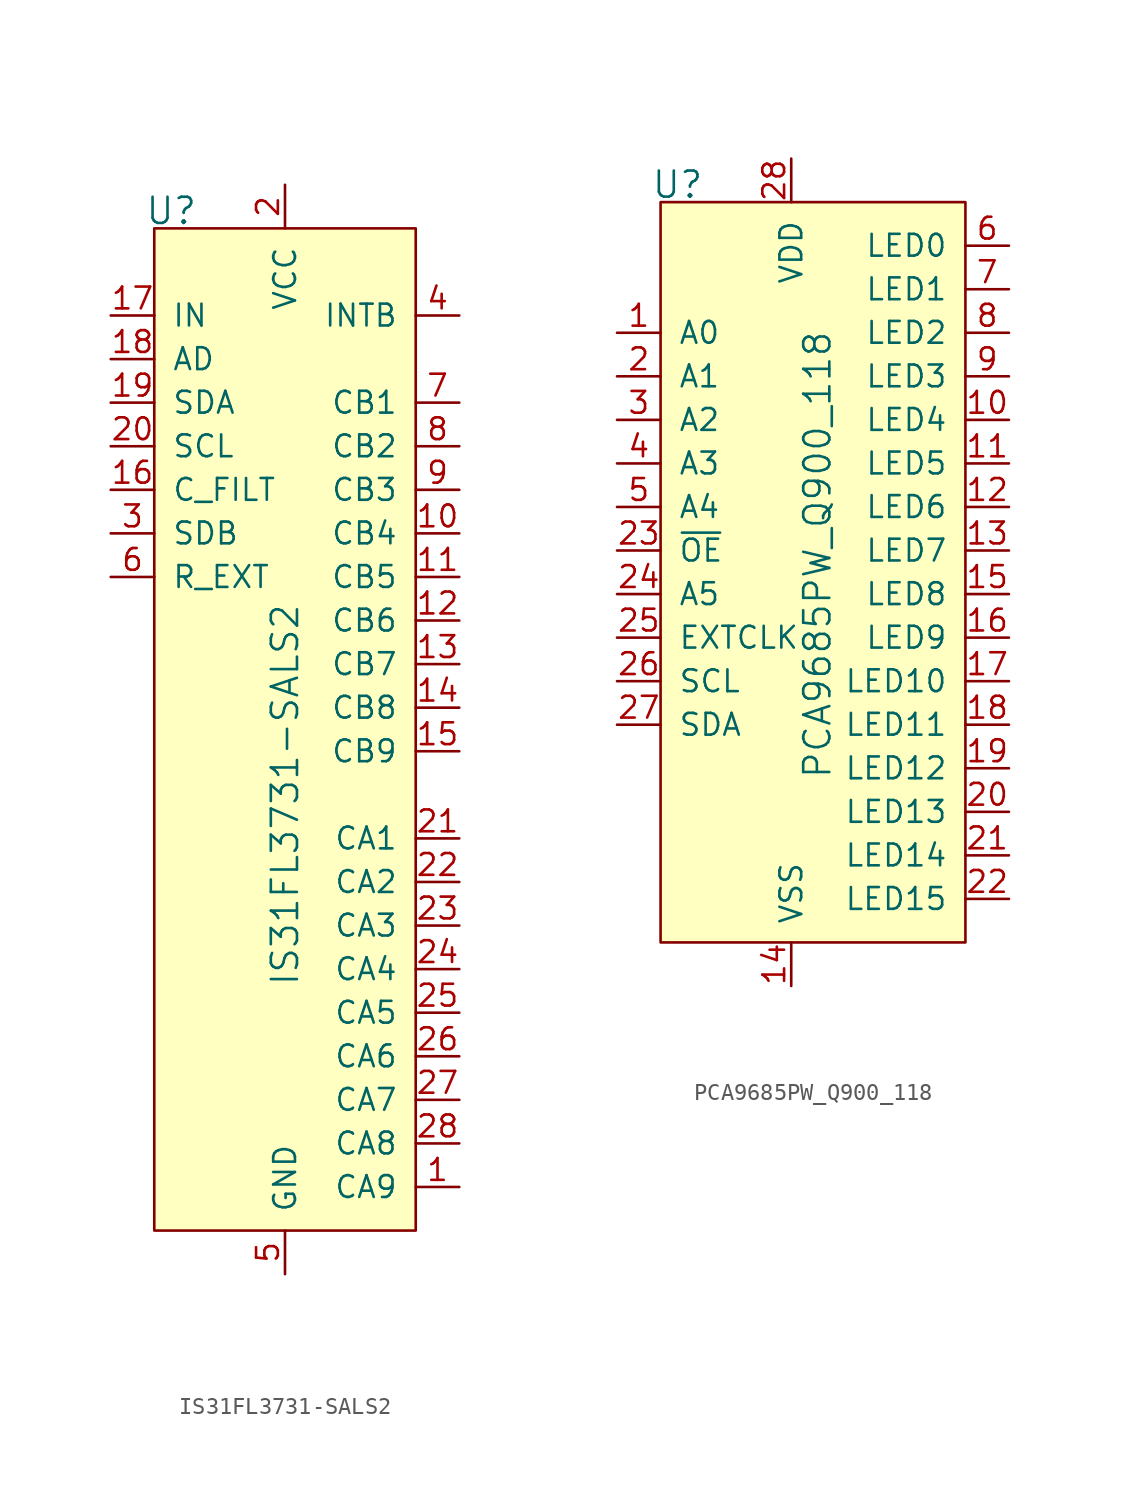
<source format=kicad_sym>
(kicad_symbol_lib
  (version 20220914)
  (generator kicad_symbol_editor)
  (symbol "IS31FL3731-SALS2"
    (pin_names
      (offset 1.016))
    (property "Reference" "U"
      (at -5.08 21.336 0)
      (effects (font (size 1.524 1.524)) (justify right)))
    (property "Value" "IS31FL3731-SALS2"
      (at 0 -12.7 90)
      (effects (font (size 1.524 1.524))))
    (symbol "IS31FL3731-SALS2_0_1"
      (rectangle (start -7.62 20.32) (end 7.62 -38.1) (stroke (width 0) (type solid)) (fill (type background))))
    (symbol "IS31FL3731-SALS2_1_1"
      (pin passive line (at 10.16 -35.56 180) (length 2.54) (name "CA9" (effects (font (size 1.27 1.27)))) (number "1" (effects (font (size 1.27 1.27)))))
      (pin passive line (at 10.16 2.54 180) (length 2.54) (name "CB4" (effects (font (size 1.27 1.27)))) (number "10" (effects (font (size 1.27 1.27)))))
      (pin passive line (at 10.16 0 180) (length 2.54) (name "CB5" (effects (font (size 1.27 1.27)))) (number "11" (effects (font (size 1.27 1.27)))))
      (pin passive line (at 10.16 -2.54 180) (length 2.54) (name "CB6" (effects (font (size 1.27 1.27)))) (number "12" (effects (font (size 1.27 1.27)))))
      (pin passive line (at 10.16 -5.08 180) (length 2.54) (name "CB7" (effects (font (size 1.27 1.27)))) (number "13" (effects (font (size 1.27 1.27)))))
      (pin passive line (at 10.16 -7.62 180) (length 2.54) (name "CB8" (effects (font (size 1.27 1.27)))) (number "14" (effects (font (size 1.27 1.27)))))
      (pin passive line (at 10.16 -10.16 180) (length 2.54) (name "CB9" (effects (font (size 1.27 1.27)))) (number "15" (effects (font (size 1.27 1.27)))))
      (pin passive line (at -10.16 5.08 0) (length 2.54) (name "C_FILT" (effects (font (size 1.27 1.27)))) (number "16" (effects (font (size 1.27 1.27)))))
      (pin input line (at -10.16 15.24 0) (length 2.54) (name "IN" (effects (font (size 1.27 1.27)))) (number "17" (effects (font (size 1.27 1.27)))))
      (pin input line (at -10.16 12.7 0) (length 2.54) (name "AD" (effects (font (size 1.27 1.27)))) (number "18" (effects (font (size 1.27 1.27)))))
      (pin bidirectional line (at -10.16 10.16 0) (length 2.54) (name "SDA" (effects (font (size 1.27 1.27)))) (number "19" (effects (font (size 1.27 1.27)))))
      (pin power_in line (at 0 22.86 270) (length 2.54) (name "VCC" (effects (font (size 1.27 1.27)))) (number "2" (effects (font (size 1.27 1.27)))))
      (pin input line (at -10.16 7.62 0) (length 2.54) (name "SCL" (effects (font (size 1.27 1.27)))) (number "20" (effects (font (size 1.27 1.27)))))
      (pin passive line (at 10.16 -15.24 180) (length 2.54) (name "CA1" (effects (font (size 1.27 1.27)))) (number "21" (effects (font (size 1.27 1.27)))))
      (pin passive line (at 10.16 -17.78 180) (length 2.54) (name "CA2" (effects (font (size 1.27 1.27)))) (number "22" (effects (font (size 1.27 1.27)))))
      (pin passive line (at 10.16 -20.32 180) (length 2.54) (name "CA3" (effects (font (size 1.27 1.27)))) (number "23" (effects (font (size 1.27 1.27)))))
      (pin passive line (at 10.16 -22.86 180) (length 2.54) (name "CA4" (effects (font (size 1.27 1.27)))) (number "24" (effects (font (size 1.27 1.27)))))
      (pin passive line (at 10.16 -25.4 180) (length 2.54) (name "CA5" (effects (font (size 1.27 1.27)))) (number "25" (effects (font (size 1.27 1.27)))))
      (pin passive line (at 10.16 -27.94 180) (length 2.54) (name "CA6" (effects (font (size 1.27 1.27)))) (number "26" (effects (font (size 1.27 1.27)))))
      (pin passive line (at 10.16 -30.48 180) (length 2.54) (name "CA7" (effects (font (size 1.27 1.27)))) (number "27" (effects (font (size 1.27 1.27)))))
      (pin passive line (at 10.16 -33.02 180) (length 2.54) (name "CA8" (effects (font (size 1.27 1.27)))) (number "28" (effects (font (size 1.27 1.27)))))
      (pin input line (at -10.16 2.54 0) (length 2.54) (name "SDB" (effects (font (size 1.27 1.27)))) (number "3" (effects (font (size 1.27 1.27)))))
      (pin input line (at 10.16 15.24 180) (length 2.54) (name "INTB" (effects (font (size 1.27 1.27)))) (number "4" (effects (font (size 1.27 1.27)))))
      (pin power_in line (at 0 -40.64 90) (length 2.54) (name "GND" (effects (font (size 1.27 1.27)))) (number "5" (effects (font (size 1.27 1.27)))))
      (pin passive line (at -10.16 0 0) (length 2.54) (name "R_EXT" (effects (font (size 1.27 1.27)))) (number "6" (effects (font (size 1.27 1.27)))))
      (pin passive line (at 10.16 10.16 180) (length 2.54) (name "CB1" (effects (font (size 1.27 1.27)))) (number "7" (effects (font (size 1.27 1.27)))))
      (pin passive line (at 10.16 7.62 180) (length 2.54) (name "CB2" (effects (font (size 1.27 1.27)))) (number "8" (effects (font (size 1.27 1.27)))))
      (pin passive line (at 10.16 5.08 180) (length 2.54) (name "CB3" (effects (font (size 1.27 1.27)))) (number "9" (effects (font (size 1.27 1.27)))))))
  (symbol "PCA9685PW_Q900_118"
    (pin_names
      (offset 1.016))
    (property "Reference" "U"
      (at -7.62 21.336 0)
      (effects (font (size 1.524 1.524)) (justify right)))
    (property "Value" "PCA9685PW_Q900_118"
      (at -1.016 -0.254 90)
      (effects (font (size 1.524 1.524))))
    (symbol "PCA9685PW_Q900_118_0_1"
      (rectangle (start -10.16 20.32) (end 7.62 -22.86) (stroke (width 0) (type solid)) (fill (type background))))
    (symbol "PCA9685PW_Q900_118_1_1"
      (pin input line (at -12.7 12.7 0) (length 2.54) (name "A0" (effects (font (size 1.27 1.27)))) (number "1" (effects (font (size 1.27 1.27)))))
      (pin power_out line (at 10.16 7.62 180) (length 2.54) (name "LED4" (effects (font (size 1.27 1.27)))) (number "10" (effects (font (size 1.27 1.27)))))
      (pin power_out line (at 10.16 5.08 180) (length 2.54) (name "LED5" (effects (font (size 1.27 1.27)))) (number "11" (effects (font (size 1.27 1.27)))))
      (pin power_out line (at 10.16 2.54 180) (length 2.54) (name "LED6" (effects (font (size 1.27 1.27)))) (number "12" (effects (font (size 1.27 1.27)))))
      (pin power_out line (at 10.16 0 180) (length 2.54) (name "LED7" (effects (font (size 1.27 1.27)))) (number "13" (effects (font (size 1.27 1.27)))))
      (pin power_in line (at -2.54 -25.4 90) (length 2.54) (name "VSS" (effects (font (size 1.27 1.27)))) (number "14" (effects (font (size 1.27 1.27)))))
      (pin power_out line (at 10.16 -2.54 180) (length 2.54) (name "LED8" (effects (font (size 1.27 1.27)))) (number "15" (effects (font (size 1.27 1.27)))))
      (pin power_out line (at 10.16 -5.08 180) (length 2.54) (name "LED9" (effects (font (size 1.27 1.27)))) (number "16" (effects (font (size 1.27 1.27)))))
      (pin power_out line (at 10.16 -7.62 180) (length 2.54) (name "LED10" (effects (font (size 1.27 1.27)))) (number "17" (effects (font (size 1.27 1.27)))))
      (pin power_out line (at 10.16 -10.16 180) (length 2.54) (name "LED11" (effects (font (size 1.27 1.27)))) (number "18" (effects (font (size 1.27 1.27)))))
      (pin power_out line (at 10.16 -12.7 180) (length 2.54) (name "LED12" (effects (font (size 1.27 1.27)))) (number "19" (effects (font (size 1.27 1.27)))))
      (pin input line (at -12.7 10.16 0) (length 2.54) (name "A1" (effects (font (size 1.27 1.27)))) (number "2" (effects (font (size 1.27 1.27)))))
      (pin power_out line (at 10.16 -15.24 180) (length 2.54) (name "LED13" (effects (font (size 1.27 1.27)))) (number "20" (effects (font (size 1.27 1.27)))))
      (pin power_out line (at 10.16 -17.78 180) (length 2.54) (name "LED14" (effects (font (size 1.27 1.27)))) (number "21" (effects (font (size 1.27 1.27)))))
      (pin power_out line (at 10.16 -20.32 180) (length 2.54) (name "LED15" (effects (font (size 1.27 1.27)))) (number "22" (effects (font (size 1.27 1.27)))))
      (pin input line (at -12.7 0 0) (length 2.54) (name "~{OE}" (effects (font (size 1.27 1.27)))) (number "23" (effects (font (size 1.27 1.27)))))
      (pin input line (at -12.7 -2.54 0) (length 2.54) (name "A5" (effects (font (size 1.27 1.27)))) (number "24" (effects (font (size 1.27 1.27)))))
      (pin input line (at -12.7 -5.08 0) (length 2.54) (name "EXTCLK" (effects (font (size 1.27 1.27)))) (number "25" (effects (font (size 1.27 1.27)))))
      (pin input line (at -12.7 -7.62 0) (length 2.54) (name "SCL" (effects (font (size 1.27 1.27)))) (number "26" (effects (font (size 1.27 1.27)))))
      (pin bidirectional line (at -12.7 -10.16 0) (length 2.54) (name "SDA" (effects (font (size 1.27 1.27)))) (number "27" (effects (font (size 1.27 1.27)))))
      (pin power_in line (at -2.54 22.86 270) (length 2.54) (name "VDD" (effects (font (size 1.27 1.27)))) (number "28" (effects (font (size 1.27 1.27)))))
      (pin input line (at -12.7 7.62 0) (length 2.54) (name "A2" (effects (font (size 1.27 1.27)))) (number "3" (effects (font (size 1.27 1.27)))))
      (pin input line (at -12.7 5.08 0) (length 2.54) (name "A3" (effects (font (size 1.27 1.27)))) (number "4" (effects (font (size 1.27 1.27)))))
      (pin input line (at -12.7 2.54 0) (length 2.54) (name "A4" (effects (font (size 1.27 1.27)))) (number "5" (effects (font (size 1.27 1.27)))))
      (pin power_out line (at 10.16 17.78 180) (length 2.54) (name "LED0" (effects (font (size 1.27 1.27)))) (number "6" (effects (font (size 1.27 1.27)))))
      (pin power_out line (at 10.16 15.24 180) (length 2.54) (name "LED1" (effects (font (size 1.27 1.27)))) (number "7" (effects (font (size 1.27 1.27)))))
      (pin power_out line (at 10.16 12.7 180) (length 2.54) (name "LED2" (effects (font (size 1.27 1.27)))) (number "8" (effects (font (size 1.27 1.27)))))
      (pin power_out line (at 10.16 10.16 180) (length 2.54) (name "LED3" (effects (font (size 1.27 1.27)))) (number "9" (effects (font (size 1.27 1.27))))))))
</source>
